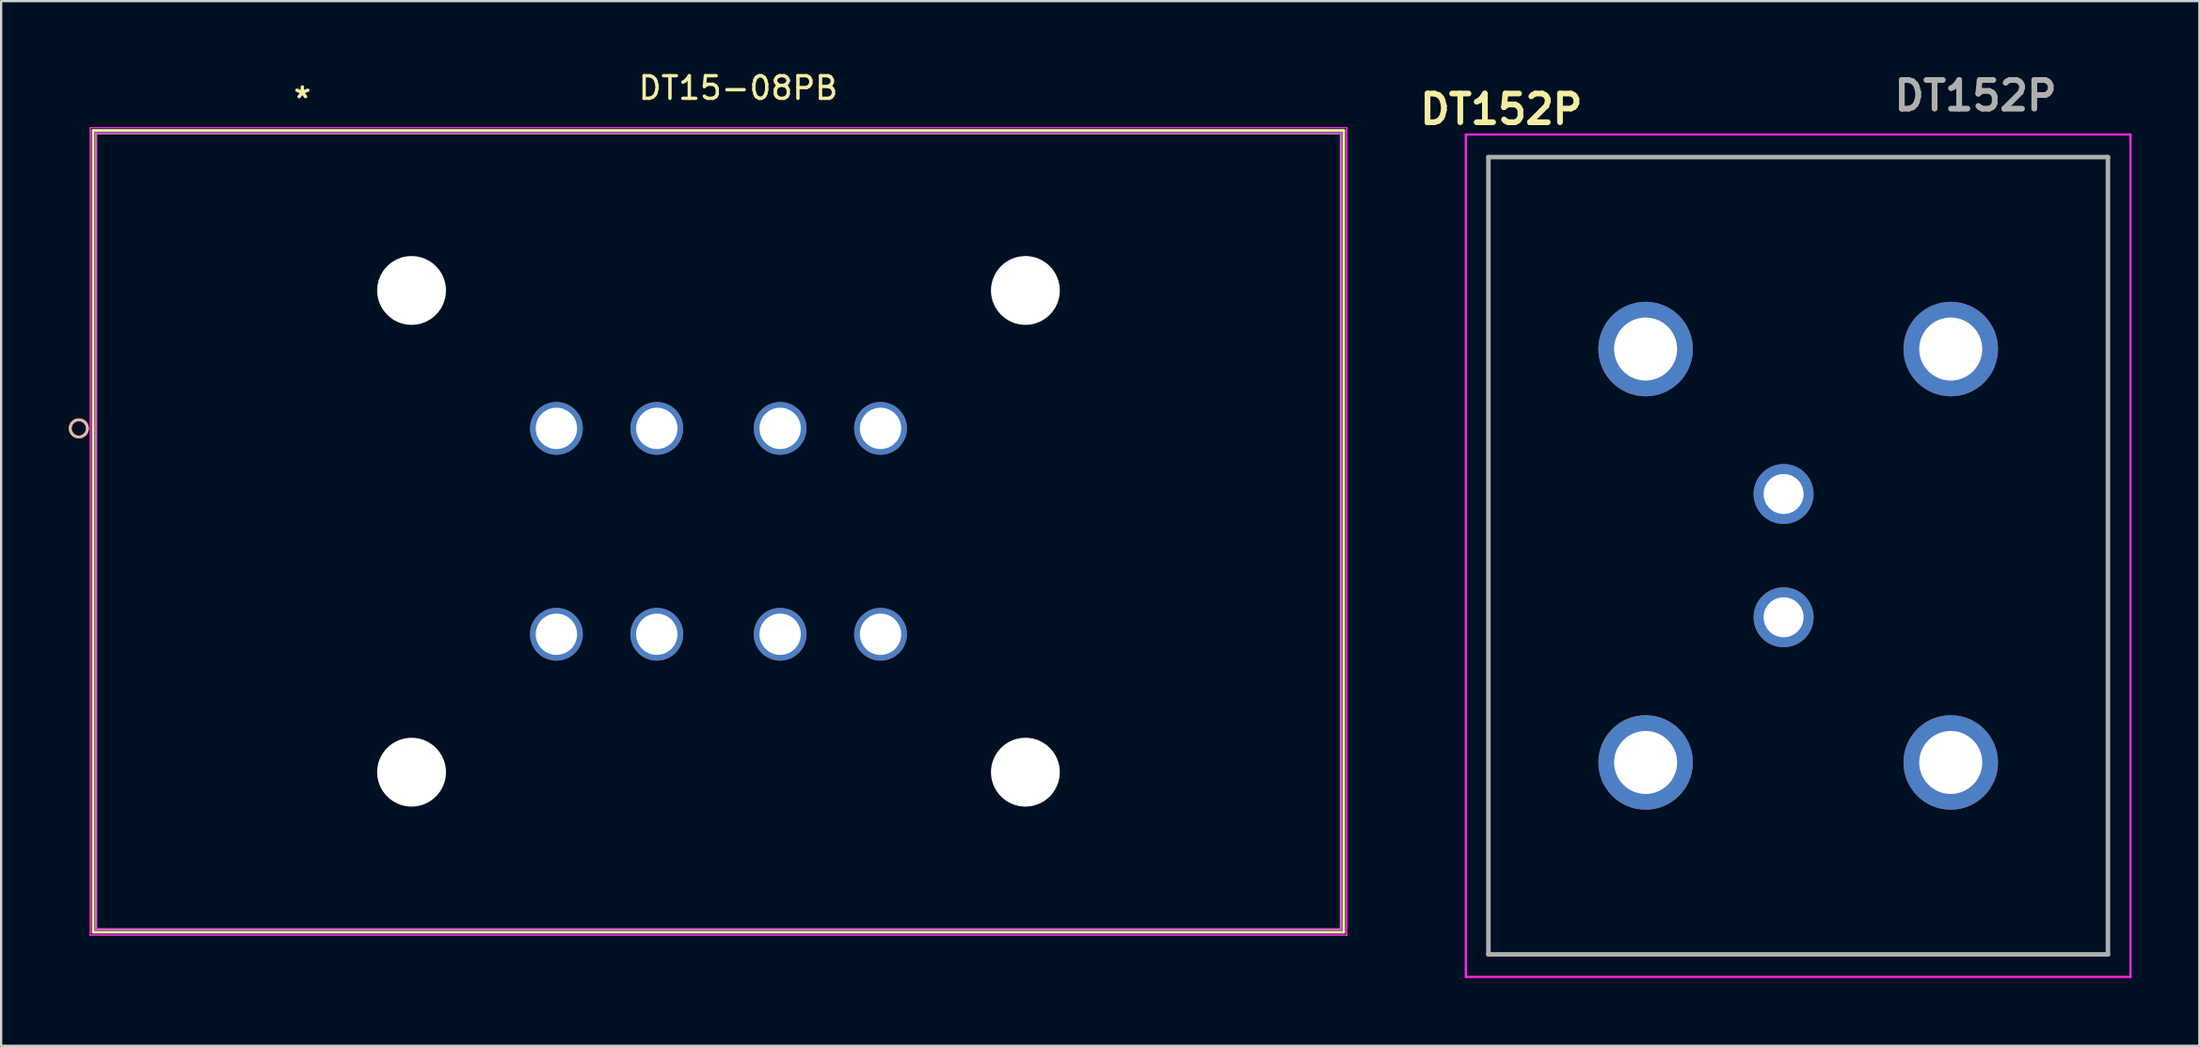
<source format=kicad_pcb>
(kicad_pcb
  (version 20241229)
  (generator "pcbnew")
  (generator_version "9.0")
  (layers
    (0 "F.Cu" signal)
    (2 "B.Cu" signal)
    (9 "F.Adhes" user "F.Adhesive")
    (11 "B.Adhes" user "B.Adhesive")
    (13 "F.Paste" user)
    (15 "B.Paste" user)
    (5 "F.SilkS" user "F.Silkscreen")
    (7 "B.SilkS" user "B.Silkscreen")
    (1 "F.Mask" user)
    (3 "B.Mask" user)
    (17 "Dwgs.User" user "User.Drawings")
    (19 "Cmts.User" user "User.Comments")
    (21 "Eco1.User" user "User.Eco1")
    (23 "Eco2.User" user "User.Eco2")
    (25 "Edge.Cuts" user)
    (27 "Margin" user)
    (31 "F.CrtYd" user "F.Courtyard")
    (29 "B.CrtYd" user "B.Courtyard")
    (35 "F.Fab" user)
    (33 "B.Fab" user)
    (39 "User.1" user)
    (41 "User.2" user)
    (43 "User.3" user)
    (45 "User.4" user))
  (footprint "DT152P"
    (layer "F.Cu")
    (at 75.922 24.289)
    (property "Reference" "DT152P" (at -12.5 -22.5 0) (layer "F.SilkS") (effects (font (size 1.27 1.27) (thickness 0.254))))
    (attr through_hole)
    (fp_line (start -13.07 -20.38) (end 14.36 -20.38) (stroke (width 0.1) (type solid)) (layer "F.SilkS"))
    (fp_line (start -13.07 14.93) (end -13.07 -20.38) (stroke (width 0.1) (type solid)) (layer "F.SilkS"))
    (fp_line (start 14.36 -20.38) (end 14.36 14.93) (stroke (width 0.1) (type solid)) (layer "F.SilkS"))
    (fp_line (start 14.36 14.93) (end -13.07 14.93) (stroke (width 0.1) (type solid)) (layer "F.SilkS"))
    (fp_line (start -14.07 -21.38) (end 15.36 -21.38) (stroke (width 0.1) (type solid)) (layer "F.CrtYd"))
    (fp_line (start -14.07 15.93) (end -14.07 -21.38) (stroke (width 0.1) (type solid)) (layer "F.CrtYd"))
    (fp_line (start 15.36 -21.38) (end 15.36 15.93) (stroke (width 0.1) (type solid)) (layer "F.CrtYd"))
    (fp_line (start 15.36 15.93) (end -14.07 15.93) (stroke (width 0.1) (type solid)) (layer "F.CrtYd"))
    (fp_line (start -13.07 -20.38) (end 14.36 -20.38) (stroke (width 0.2) (type solid)) (layer "F.Fab"))
    (fp_line (start -13.07 14.93) (end -13.07 -20.38) (stroke (width 0.2) (type solid)) (layer "F.Fab"))
    (fp_line (start 14.36 -20.38) (end 14.36 14.93) (stroke (width 0.2) (type solid)) (layer "F.Fab"))
    (fp_line (start 14.36 14.93) (end -13.07 14.93) (stroke (width 0.2) (type solid)) (layer "F.Fab"))
    (fp_text user "${REFERENCE}" (at 8.5 -23.1 0) (layer "F.Fab") (effects (font (size 1.27 1.27) (thickness 0.254))))
    (pad "1" thru_hole circle (at 0 0) (size 2.655 2.655) (drill 1.77) (layers "*.Cu" "*.Mask"))
    (pad "2" thru_hole circle (at 0 -5.46) (size 2.655 2.655) (drill 1.77) (layers "*.Cu" "*.Mask"))
    (pad "MH1" thru_hole circle (at 7.4 6.43) (size 4.185 4.185) (drill 2.79) (layers "*.Cu" "*.Mask"))
    (pad "MH2" thru_hole circle (at 7.4 -11.88) (size 4.185 4.185) (drill 2.79) (layers "*.Cu" "*.Mask"))
    (pad "MH3" thru_hole circle (at -6.11 -11.88) (size 4.185 4.185) (drill 2.79) (layers "*.Cu" "*.Mask"))
    (pad "MH4" thru_hole circle (at -6.11 6.43) (size 4.185 4.185) (drill 2.79) (layers "*.Cu" "*.Mask")))
  (footprint "DT15-08PB"
    (layer "F.Cu")
    (at 21.637 15.948)
    (property "Reference" "DT15-08PB" (at 8 -15.1 0) (layer "F.SilkS") (effects (font (size 1 1) (thickness 0.15))))
    (attr through_hole)
    (fp_line (start -20.561 -13.221) (end -20.561 22.288) (stroke (width 0.12) (type solid)) (layer "F.SilkS"))
    (fp_line (start -20.561 22.288) (end 34.811 22.288) (stroke (width 0.12) (type solid)) (layer "F.SilkS"))
    (fp_line (start 34.811 -13.221) (end -20.561 -13.221) (stroke (width 0.12) (type solid)) (layer "F.SilkS"))
    (fp_line (start 34.811 22.288) (end 34.811 -13.221) (stroke (width 0.12) (type solid)) (layer "F.SilkS"))
    (fp_circle (center -21.196 -0.025) (end -20.815 -0.025) (stroke (width 0.12) (type solid)) (fill no) (layer "F.SilkS"))
    (fp_circle (center -21.196 -0.025) (end -20.815 -0.025) (stroke (width 0.12) (type solid)) (fill no) (layer "B.SilkS"))
    (fp_line (start -20.688 -13.348) (end -20.688 22.416) (stroke (width 0.05) (type solid)) (layer "F.CrtYd"))
    (fp_line (start -20.688 -13.348) (end -20.688 22.416) (stroke (width 0.05) (type solid)) (layer "F.CrtYd"))
    (fp_line (start -20.688 22.416) (end 34.938 22.416) (stroke (width 0.05) (type solid)) (layer "F.CrtYd"))
    (fp_line (start -20.688 22.416) (end 34.938 22.416) (stroke (width 0.05) (type solid)) (layer "F.CrtYd"))
    (fp_line (start -20.434 -13.094) (end -20.434 22.162) (stroke (width 0.05) (type solid)) (layer "F.CrtYd"))
    (fp_line (start -20.434 22.162) (end 34.684 22.162) (stroke (width 0.05) (type solid)) (layer "F.CrtYd"))
    (fp_line (start 34.684 -13.094) (end -20.434 -13.094) (stroke (width 0.05) (type solid)) (layer "F.CrtYd"))
    (fp_line (start 34.684 22.162) (end 34.684 -13.094) (stroke (width 0.05) (type solid)) (layer "F.CrtYd"))
    (fp_line (start 34.938 -13.348) (end -20.688 -13.348) (stroke (width 0.05) (type solid)) (layer "F.CrtYd"))
    (fp_line (start 34.938 -13.348) (end -20.688 -13.348) (stroke (width 0.05) (type solid)) (layer "F.CrtYd"))
    (fp_line (start 34.938 22.416) (end 34.938 -13.348) (stroke (width 0.05) (type solid)) (layer "F.CrtYd"))
    (fp_line (start 34.938 22.416) (end 34.938 -13.348) (stroke (width 0.05) (type solid)) (layer "F.CrtYd"))
    (fp_line (start -20.434 -13.094) (end -20.434 22.162) (stroke (width 0.1) (type solid)) (layer "F.Fab"))
    (fp_line (start -20.434 22.162) (end 34.684 22.162) (stroke (width 0.1) (type solid)) (layer "F.Fab"))
    (fp_line (start 34.684 -13.094) (end -20.434 -13.094) (stroke (width 0.1) (type solid)) (layer "F.Fab"))
    (fp_line (start 34.684 22.162) (end 34.684 -13.094) (stroke (width 0.1) (type solid)) (layer "F.Fab"))
    (fp_text user "*" (at -11.3 -14.6 0) (layer "F.SilkS") (effects (font (size 1 1) (thickness 0.15))))
    (fp_text user "*" (at 0 0 0) (layer "F.Fab") (effects (font (size 1 1) (thickness 0.15))))
    (pad "" np_thru_hole circle (at -6.464 -6.134) (size 3.048 3.048) (drill 3.048) (layers "*.Cu" "*.Mask"))
    (pad "" np_thru_hole circle (at -6.464 15.202) (size 3.048 3.048) (drill 3.048) (layers "*.Cu" "*.Mask"))
    (pad "" np_thru_hole circle (at 20.714 -6.134) (size 3.048 3.048) (drill 3.048) (layers "*.Cu" "*.Mask"))
    (pad "" np_thru_hole circle (at 20.714 15.202) (size 3.048 3.048) (drill 3.048) (layers "*.Cu" "*.Mask"))
    (pad "1" thru_hole circle (at -0.051 -0.025) (size 2.337 2.337) (drill 1.829) (layers "*.Cu" "*.Mask"))
    (pad "2" thru_hole circle (at 4.394 -0.025) (size 2.337 2.337) (drill 1.829) (layers "*.Cu" "*.Mask"))
    (pad "3" thru_hole circle (at 9.855 -0.025) (size 2.337 2.337) (drill 1.829) (layers "*.Cu" "*.Mask"))
    (pad "4" thru_hole circle (at 14.3 -0.025) (size 2.337 2.337) (drill 1.829) (layers "*.Cu" "*.Mask"))
    (pad "5" thru_hole circle (at 14.3 9.093) (size 2.337 2.337) (drill 1.829) (layers "*.Cu" "*.Mask"))
    (pad "6" thru_hole circle (at 9.855 9.093) (size 2.337 2.337) (drill 1.829) (layers "*.Cu" "*.Mask"))
    (pad "7" thru_hole circle (at 4.394 9.093) (size 2.337 2.337) (drill 1.829) (layers "*.Cu" "*.Mask"))
    (pad "8" thru_hole circle (at -0.051 9.093) (size 2.337 2.337) (drill 1.829) (layers "*.Cu" "*.Mask")))
  (gr_rect
    (start -3 -3)
    (end 94.332 43.269)
    (stroke (width 0.1) (type default))
    (fill no)
    (layer "Edge.Cuts")))
</source>
